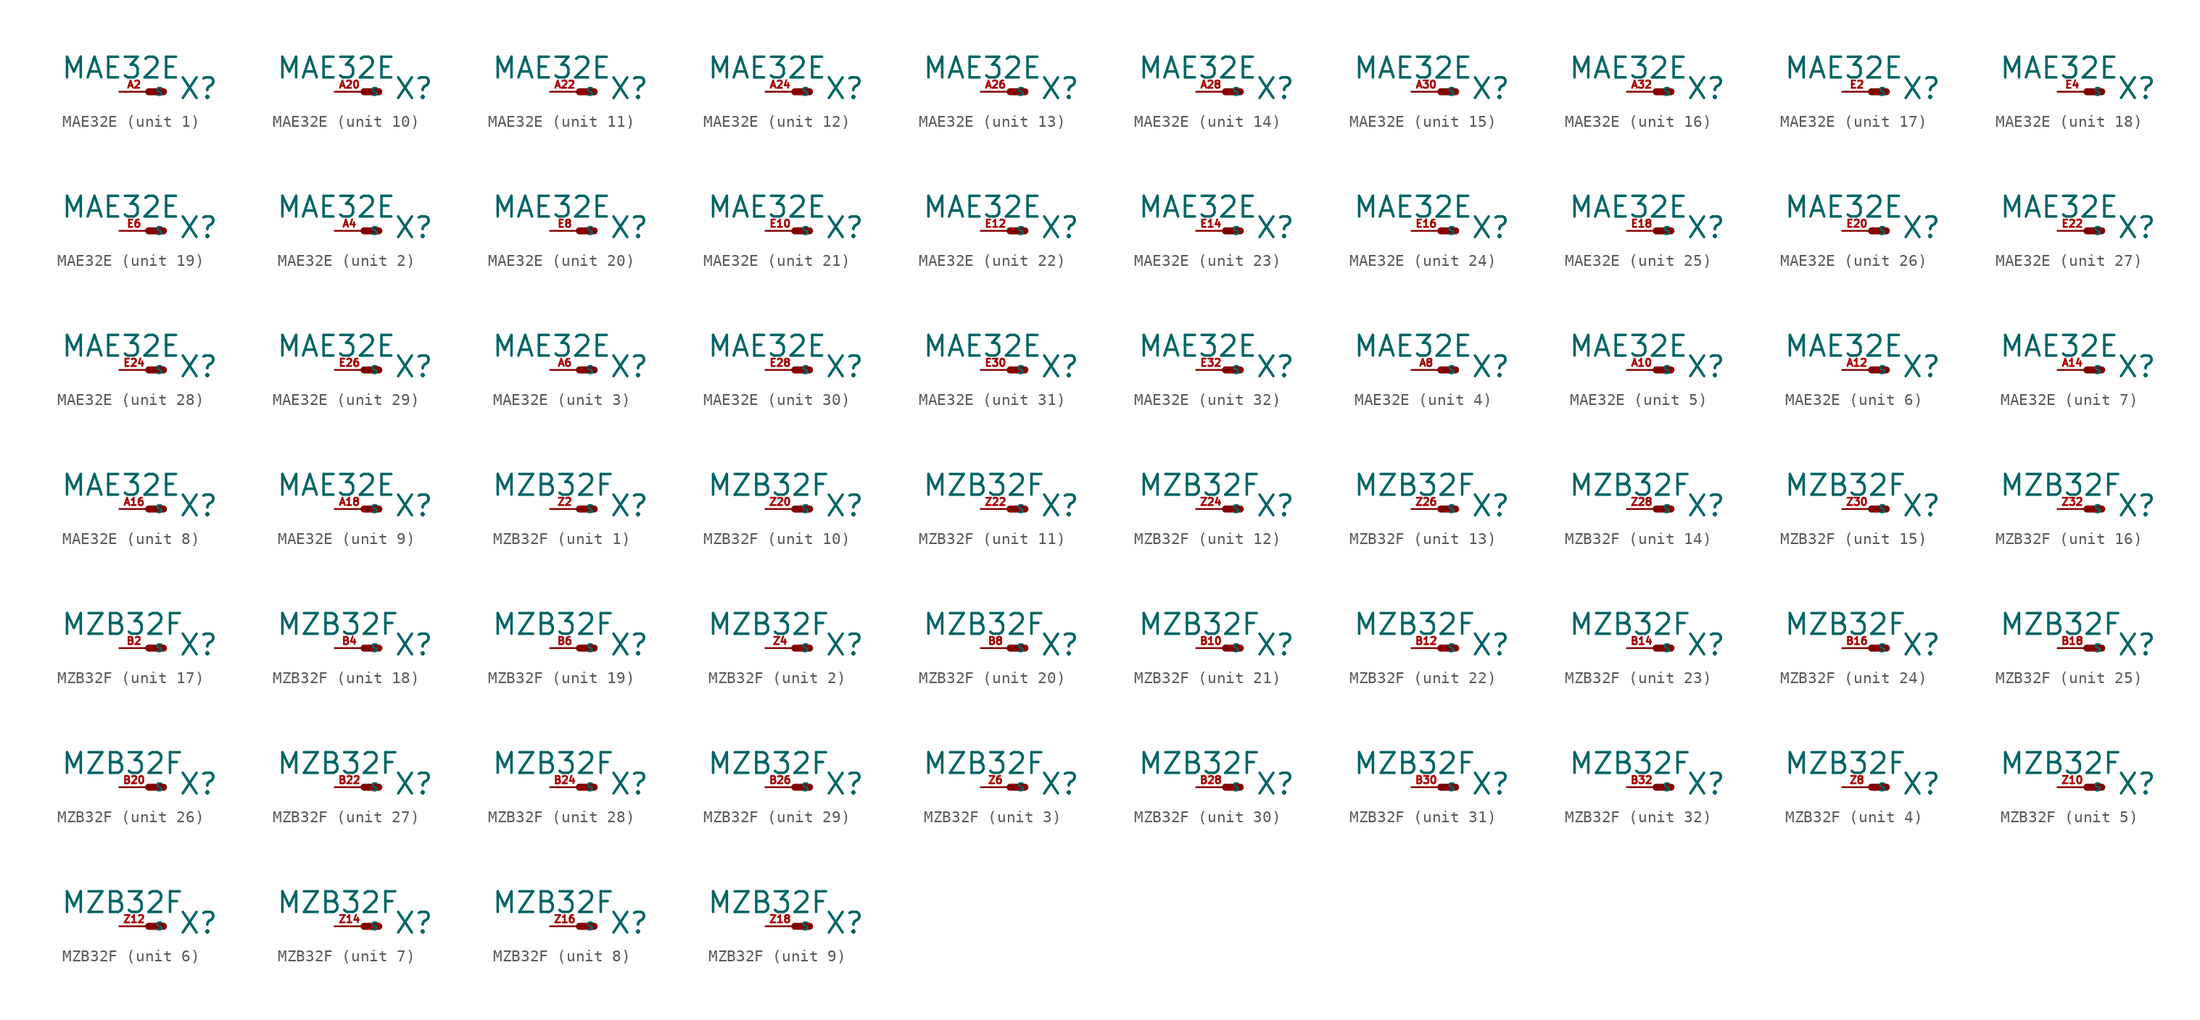
<source format=kicad_sym>
(kicad_symbol_lib
  (version 20220914)
  (generator Eagle2Kicad)
  (symbol "MAE32E"
    (property "Reference" "X"
      (at 2.54 -0.762 0)
      (effects (font (size 1.778 1.778) (thickness 0.22)) (justify left bottom)))
    (property "Value" "MAE32E"
      (at -7.62 1.016 0)
      (effects (font (size 1.778 1.778) (thickness 0.22)) (justify left bottom)))
    (symbol "MAE32E_1_0"
      (polyline (pts (xy 0 0) (xy 1.27 0)) (stroke (width 0.61) (type default)) (fill (type none)))
      (pin passive line (at -2.54 0 0) (length 2.54) (name "S" (effects (font (size 0.635 0.635) (thickness 0.08)) (justify left bottom))) (number "A2" (effects (font (size 0.635 0.635) (thickness 0.08)) (justify left bottom)))))
    (symbol "MAE32E_2_0"
      (polyline (pts (xy 0 0) (xy 1.27 0)) (stroke (width 0.61) (type default)) (fill (type none)))
      (pin passive line (at -2.54 0 0) (length 2.54) (name "S" (effects (font (size 0.635 0.635) (thickness 0.08)) (justify left bottom))) (number "A4" (effects (font (size 0.635 0.635) (thickness 0.08)) (justify left bottom)))))
    (symbol "MAE32E_3_0"
      (polyline (pts (xy 0 0) (xy 1.27 0)) (stroke (width 0.61) (type default)) (fill (type none)))
      (pin passive line (at -2.54 0 0) (length 2.54) (name "S" (effects (font (size 0.635 0.635) (thickness 0.08)) (justify left bottom))) (number "A6" (effects (font (size 0.635 0.635) (thickness 0.08)) (justify left bottom)))))
    (symbol "MAE32E_4_0"
      (polyline (pts (xy 0 0) (xy 1.27 0)) (stroke (width 0.61) (type default)) (fill (type none)))
      (pin passive line (at -2.54 0 0) (length 2.54) (name "S" (effects (font (size 0.635 0.635) (thickness 0.08)) (justify left bottom))) (number "A8" (effects (font (size 0.635 0.635) (thickness 0.08)) (justify left bottom)))))
    (symbol "MAE32E_5_0"
      (polyline (pts (xy 0 0) (xy 1.27 0)) (stroke (width 0.61) (type default)) (fill (type none)))
      (pin passive line (at -2.54 0 0) (length 2.54) (name "S" (effects (font (size 0.635 0.635) (thickness 0.08)) (justify left bottom))) (number "A10" (effects (font (size 0.635 0.635) (thickness 0.08)) (justify left bottom)))))
    (symbol "MAE32E_6_0"
      (polyline (pts (xy 0 0) (xy 1.27 0)) (stroke (width 0.61) (type default)) (fill (type none)))
      (pin passive line (at -2.54 0 0) (length 2.54) (name "S" (effects (font (size 0.635 0.635) (thickness 0.08)) (justify left bottom))) (number "A12" (effects (font (size 0.635 0.635) (thickness 0.08)) (justify left bottom)))))
    (symbol "MAE32E_7_0"
      (polyline (pts (xy 0 0) (xy 1.27 0)) (stroke (width 0.61) (type default)) (fill (type none)))
      (pin passive line (at -2.54 0 0) (length 2.54) (name "S" (effects (font (size 0.635 0.635) (thickness 0.08)) (justify left bottom))) (number "A14" (effects (font (size 0.635 0.635) (thickness 0.08)) (justify left bottom)))))
    (symbol "MAE32E_8_0"
      (polyline (pts (xy 0 0) (xy 1.27 0)) (stroke (width 0.61) (type default)) (fill (type none)))
      (pin passive line (at -2.54 0 0) (length 2.54) (name "S" (effects (font (size 0.635 0.635) (thickness 0.08)) (justify left bottom))) (number "A16" (effects (font (size 0.635 0.635) (thickness 0.08)) (justify left bottom)))))
    (symbol "MAE32E_9_0"
      (polyline (pts (xy 0 0) (xy 1.27 0)) (stroke (width 0.61) (type default)) (fill (type none)))
      (pin passive line (at -2.54 0 0) (length 2.54) (name "S" (effects (font (size 0.635 0.635) (thickness 0.08)) (justify left bottom))) (number "A18" (effects (font (size 0.635 0.635) (thickness 0.08)) (justify left bottom)))))
    (symbol "MAE32E_10_0"
      (polyline (pts (xy 0 0) (xy 1.27 0)) (stroke (width 0.61) (type default)) (fill (type none)))
      (pin passive line (at -2.54 0 0) (length 2.54) (name "S" (effects (font (size 0.635 0.635) (thickness 0.08)) (justify left bottom))) (number "A20" (effects (font (size 0.635 0.635) (thickness 0.08)) (justify left bottom)))))
    (symbol "MAE32E_11_0"
      (polyline (pts (xy 0 0) (xy 1.27 0)) (stroke (width 0.61) (type default)) (fill (type none)))
      (pin passive line (at -2.54 0 0) (length 2.54) (name "S" (effects (font (size 0.635 0.635) (thickness 0.08)) (justify left bottom))) (number "A22" (effects (font (size 0.635 0.635) (thickness 0.08)) (justify left bottom)))))
    (symbol "MAE32E_12_0"
      (polyline (pts (xy 0 0) (xy 1.27 0)) (stroke (width 0.61) (type default)) (fill (type none)))
      (pin passive line (at -2.54 0 0) (length 2.54) (name "S" (effects (font (size 0.635 0.635) (thickness 0.08)) (justify left bottom))) (number "A24" (effects (font (size 0.635 0.635) (thickness 0.08)) (justify left bottom)))))
    (symbol "MAE32E_13_0"
      (polyline (pts (xy 0 0) (xy 1.27 0)) (stroke (width 0.61) (type default)) (fill (type none)))
      (pin passive line (at -2.54 0 0) (length 2.54) (name "S" (effects (font (size 0.635 0.635) (thickness 0.08)) (justify left bottom))) (number "A26" (effects (font (size 0.635 0.635) (thickness 0.08)) (justify left bottom)))))
    (symbol "MAE32E_14_0"
      (polyline (pts (xy 0 0) (xy 1.27 0)) (stroke (width 0.61) (type default)) (fill (type none)))
      (pin passive line (at -2.54 0 0) (length 2.54) (name "S" (effects (font (size 0.635 0.635) (thickness 0.08)) (justify left bottom))) (number "A28" (effects (font (size 0.635 0.635) (thickness 0.08)) (justify left bottom)))))
    (symbol "MAE32E_15_0"
      (polyline (pts (xy 0 0) (xy 1.27 0)) (stroke (width 0.61) (type default)) (fill (type none)))
      (pin passive line (at -2.54 0 0) (length 2.54) (name "S" (effects (font (size 0.635 0.635) (thickness 0.08)) (justify left bottom))) (number "A30" (effects (font (size 0.635 0.635) (thickness 0.08)) (justify left bottom)))))
    (symbol "MAE32E_16_0"
      (polyline (pts (xy 0 0) (xy 1.27 0)) (stroke (width 0.61) (type default)) (fill (type none)))
      (pin passive line (at -2.54 0 0) (length 2.54) (name "S" (effects (font (size 0.635 0.635) (thickness 0.08)) (justify left bottom))) (number "A32" (effects (font (size 0.635 0.635) (thickness 0.08)) (justify left bottom)))))
    (symbol "MAE32E_17_0"
      (polyline (pts (xy 0 0) (xy 1.27 0)) (stroke (width 0.61) (type default)) (fill (type none)))
      (pin passive line (at -2.54 0 0) (length 2.54) (name "S" (effects (font (size 0.635 0.635) (thickness 0.08)) (justify left bottom))) (number "E2" (effects (font (size 0.635 0.635) (thickness 0.08)) (justify left bottom)))))
    (symbol "MAE32E_18_0"
      (polyline (pts (xy 0 0) (xy 1.27 0)) (stroke (width 0.61) (type default)) (fill (type none)))
      (pin passive line (at -2.54 0 0) (length 2.54) (name "S" (effects (font (size 0.635 0.635) (thickness 0.08)) (justify left bottom))) (number "E4" (effects (font (size 0.635 0.635) (thickness 0.08)) (justify left bottom)))))
    (symbol "MAE32E_19_0"
      (polyline (pts (xy 0 0) (xy 1.27 0)) (stroke (width 0.61) (type default)) (fill (type none)))
      (pin passive line (at -2.54 0 0) (length 2.54) (name "S" (effects (font (size 0.635 0.635) (thickness 0.08)) (justify left bottom))) (number "E6" (effects (font (size 0.635 0.635) (thickness 0.08)) (justify left bottom)))))
    (symbol "MAE32E_20_0"
      (polyline (pts (xy 0 0) (xy 1.27 0)) (stroke (width 0.61) (type default)) (fill (type none)))
      (pin passive line (at -2.54 0 0) (length 2.54) (name "S" (effects (font (size 0.635 0.635) (thickness 0.08)) (justify left bottom))) (number "E8" (effects (font (size 0.635 0.635) (thickness 0.08)) (justify left bottom)))))
    (symbol "MAE32E_21_0"
      (polyline (pts (xy 0 0) (xy 1.27 0)) (stroke (width 0.61) (type default)) (fill (type none)))
      (pin passive line (at -2.54 0 0) (length 2.54) (name "S" (effects (font (size 0.635 0.635) (thickness 0.08)) (justify left bottom))) (number "E10" (effects (font (size 0.635 0.635) (thickness 0.08)) (justify left bottom)))))
    (symbol "MAE32E_22_0"
      (polyline (pts (xy 0 0) (xy 1.27 0)) (stroke (width 0.61) (type default)) (fill (type none)))
      (pin passive line (at -2.54 0 0) (length 2.54) (name "S" (effects (font (size 0.635 0.635) (thickness 0.08)) (justify left bottom))) (number "E12" (effects (font (size 0.635 0.635) (thickness 0.08)) (justify left bottom)))))
    (symbol "MAE32E_23_0"
      (polyline (pts (xy 0 0) (xy 1.27 0)) (stroke (width 0.61) (type default)) (fill (type none)))
      (pin passive line (at -2.54 0 0) (length 2.54) (name "S" (effects (font (size 0.635 0.635) (thickness 0.08)) (justify left bottom))) (number "E14" (effects (font (size 0.635 0.635) (thickness 0.08)) (justify left bottom)))))
    (symbol "MAE32E_24_0"
      (polyline (pts (xy 0 0) (xy 1.27 0)) (stroke (width 0.61) (type default)) (fill (type none)))
      (pin passive line (at -2.54 0 0) (length 2.54) (name "S" (effects (font (size 0.635 0.635) (thickness 0.08)) (justify left bottom))) (number "E16" (effects (font (size 0.635 0.635) (thickness 0.08)) (justify left bottom)))))
    (symbol "MAE32E_25_0"
      (polyline (pts (xy 0 0) (xy 1.27 0)) (stroke (width 0.61) (type default)) (fill (type none)))
      (pin passive line (at -2.54 0 0) (length 2.54) (name "S" (effects (font (size 0.635 0.635) (thickness 0.08)) (justify left bottom))) (number "E18" (effects (font (size 0.635 0.635) (thickness 0.08)) (justify left bottom)))))
    (symbol "MAE32E_26_0"
      (polyline (pts (xy 0 0) (xy 1.27 0)) (stroke (width 0.61) (type default)) (fill (type none)))
      (pin passive line (at -2.54 0 0) (length 2.54) (name "S" (effects (font (size 0.635 0.635) (thickness 0.08)) (justify left bottom))) (number "E20" (effects (font (size 0.635 0.635) (thickness 0.08)) (justify left bottom)))))
    (symbol "MAE32E_27_0"
      (polyline (pts (xy 0 0) (xy 1.27 0)) (stroke (width 0.61) (type default)) (fill (type none)))
      (pin passive line (at -2.54 0 0) (length 2.54) (name "S" (effects (font (size 0.635 0.635) (thickness 0.08)) (justify left bottom))) (number "E22" (effects (font (size 0.635 0.635) (thickness 0.08)) (justify left bottom)))))
    (symbol "MAE32E_28_0"
      (polyline (pts (xy 0 0) (xy 1.27 0)) (stroke (width 0.61) (type default)) (fill (type none)))
      (pin passive line (at -2.54 0 0) (length 2.54) (name "S" (effects (font (size 0.635 0.635) (thickness 0.08)) (justify left bottom))) (number "E24" (effects (font (size 0.635 0.635) (thickness 0.08)) (justify left bottom)))))
    (symbol "MAE32E_29_0"
      (polyline (pts (xy 0 0) (xy 1.27 0)) (stroke (width 0.61) (type default)) (fill (type none)))
      (pin passive line (at -2.54 0 0) (length 2.54) (name "S" (effects (font (size 0.635 0.635) (thickness 0.08)) (justify left bottom))) (number "E26" (effects (font (size 0.635 0.635) (thickness 0.08)) (justify left bottom)))))
    (symbol "MAE32E_30_0"
      (polyline (pts (xy 0 0) (xy 1.27 0)) (stroke (width 0.61) (type default)) (fill (type none)))
      (pin passive line (at -2.54 0 0) (length 2.54) (name "S" (effects (font (size 0.635 0.635) (thickness 0.08)) (justify left bottom))) (number "E28" (effects (font (size 0.635 0.635) (thickness 0.08)) (justify left bottom)))))
    (symbol "MAE32E_31_0"
      (polyline (pts (xy 0 0) (xy 1.27 0)) (stroke (width 0.61) (type default)) (fill (type none)))
      (pin passive line (at -2.54 0 0) (length 2.54) (name "S" (effects (font (size 0.635 0.635) (thickness 0.08)) (justify left bottom))) (number "E30" (effects (font (size 0.635 0.635) (thickness 0.08)) (justify left bottom)))))
    (symbol "MAE32E_32_0"
      (polyline (pts (xy 0 0) (xy 1.27 0)) (stroke (width 0.61) (type default)) (fill (type none)))
      (pin passive line (at -2.54 0 0) (length 2.54) (name "S" (effects (font (size 0.635 0.635) (thickness 0.08)) (justify left bottom))) (number "E32" (effects (font (size 0.635 0.635) (thickness 0.08)) (justify left bottom))))))
  (symbol "MZB32F"
    (property "Reference" "X"
      (at 2.54 -0.762 0)
      (effects (font (size 1.778 1.778) (thickness 0.22)) (justify left bottom)))
    (property "Value" "MZB32F"
      (at -7.62 1.016 0)
      (effects (font (size 1.778 1.778) (thickness 0.22)) (justify left bottom)))
    (symbol "MZB32F_1_0"
      (polyline (pts (xy 0 0) (xy 1.27 0)) (stroke (width 0.61) (type default)) (fill (type none)))
      (pin passive line (at -2.54 0 0) (length 2.54) (name "S" (effects (font (size 0.635 0.635) (thickness 0.08)) (justify left bottom))) (number "Z2" (effects (font (size 0.635 0.635) (thickness 0.08)) (justify left bottom)))))
    (symbol "MZB32F_2_0"
      (polyline (pts (xy 0 0) (xy 1.27 0)) (stroke (width 0.61) (type default)) (fill (type none)))
      (pin passive line (at -2.54 0 0) (length 2.54) (name "S" (effects (font (size 0.635 0.635) (thickness 0.08)) (justify left bottom))) (number "Z4" (effects (font (size 0.635 0.635) (thickness 0.08)) (justify left bottom)))))
    (symbol "MZB32F_3_0"
      (polyline (pts (xy 0 0) (xy 1.27 0)) (stroke (width 0.61) (type default)) (fill (type none)))
      (pin passive line (at -2.54 0 0) (length 2.54) (name "S" (effects (font (size 0.635 0.635) (thickness 0.08)) (justify left bottom))) (number "Z6" (effects (font (size 0.635 0.635) (thickness 0.08)) (justify left bottom)))))
    (symbol "MZB32F_4_0"
      (polyline (pts (xy 0 0) (xy 1.27 0)) (stroke (width 0.61) (type default)) (fill (type none)))
      (pin passive line (at -2.54 0 0) (length 2.54) (name "S" (effects (font (size 0.635 0.635) (thickness 0.08)) (justify left bottom))) (number "Z8" (effects (font (size 0.635 0.635) (thickness 0.08)) (justify left bottom)))))
    (symbol "MZB32F_5_0"
      (polyline (pts (xy 0 0) (xy 1.27 0)) (stroke (width 0.61) (type default)) (fill (type none)))
      (pin passive line (at -2.54 0 0) (length 2.54) (name "S" (effects (font (size 0.635 0.635) (thickness 0.08)) (justify left bottom))) (number "Z10" (effects (font (size 0.635 0.635) (thickness 0.08)) (justify left bottom)))))
    (symbol "MZB32F_6_0"
      (polyline (pts (xy 0 0) (xy 1.27 0)) (stroke (width 0.61) (type default)) (fill (type none)))
      (pin passive line (at -2.54 0 0) (length 2.54) (name "S" (effects (font (size 0.635 0.635) (thickness 0.08)) (justify left bottom))) (number "Z12" (effects (font (size 0.635 0.635) (thickness 0.08)) (justify left bottom)))))
    (symbol "MZB32F_7_0"
      (polyline (pts (xy 0 0) (xy 1.27 0)) (stroke (width 0.61) (type default)) (fill (type none)))
      (pin passive line (at -2.54 0 0) (length 2.54) (name "S" (effects (font (size 0.635 0.635) (thickness 0.08)) (justify left bottom))) (number "Z14" (effects (font (size 0.635 0.635) (thickness 0.08)) (justify left bottom)))))
    (symbol "MZB32F_8_0"
      (polyline (pts (xy 0 0) (xy 1.27 0)) (stroke (width 0.61) (type default)) (fill (type none)))
      (pin passive line (at -2.54 0 0) (length 2.54) (name "S" (effects (font (size 0.635 0.635) (thickness 0.08)) (justify left bottom))) (number "Z16" (effects (font (size 0.635 0.635) (thickness 0.08)) (justify left bottom)))))
    (symbol "MZB32F_9_0"
      (polyline (pts (xy 0 0) (xy 1.27 0)) (stroke (width 0.61) (type default)) (fill (type none)))
      (pin passive line (at -2.54 0 0) (length 2.54) (name "S" (effects (font (size 0.635 0.635) (thickness 0.08)) (justify left bottom))) (number "Z18" (effects (font (size 0.635 0.635) (thickness 0.08)) (justify left bottom)))))
    (symbol "MZB32F_10_0"
      (polyline (pts (xy 0 0) (xy 1.27 0)) (stroke (width 0.61) (type default)) (fill (type none)))
      (pin passive line (at -2.54 0 0) (length 2.54) (name "S" (effects (font (size 0.635 0.635) (thickness 0.08)) (justify left bottom))) (number "Z20" (effects (font (size 0.635 0.635) (thickness 0.08)) (justify left bottom)))))
    (symbol "MZB32F_11_0"
      (polyline (pts (xy 0 0) (xy 1.27 0)) (stroke (width 0.61) (type default)) (fill (type none)))
      (pin passive line (at -2.54 0 0) (length 2.54) (name "S" (effects (font (size 0.635 0.635) (thickness 0.08)) (justify left bottom))) (number "Z22" (effects (font (size 0.635 0.635) (thickness 0.08)) (justify left bottom)))))
    (symbol "MZB32F_12_0"
      (polyline (pts (xy 0 0) (xy 1.27 0)) (stroke (width 0.61) (type default)) (fill (type none)))
      (pin passive line (at -2.54 0 0) (length 2.54) (name "S" (effects (font (size 0.635 0.635) (thickness 0.08)) (justify left bottom))) (number "Z24" (effects (font (size 0.635 0.635) (thickness 0.08)) (justify left bottom)))))
    (symbol "MZB32F_13_0"
      (polyline (pts (xy 0 0) (xy 1.27 0)) (stroke (width 0.61) (type default)) (fill (type none)))
      (pin passive line (at -2.54 0 0) (length 2.54) (name "S" (effects (font (size 0.635 0.635) (thickness 0.08)) (justify left bottom))) (number "Z26" (effects (font (size 0.635 0.635) (thickness 0.08)) (justify left bottom)))))
    (symbol "MZB32F_14_0"
      (polyline (pts (xy 0 0) (xy 1.27 0)) (stroke (width 0.61) (type default)) (fill (type none)))
      (pin passive line (at -2.54 0 0) (length 2.54) (name "S" (effects (font (size 0.635 0.635) (thickness 0.08)) (justify left bottom))) (number "Z28" (effects (font (size 0.635 0.635) (thickness 0.08)) (justify left bottom)))))
    (symbol "MZB32F_15_0"
      (polyline (pts (xy 0 0) (xy 1.27 0)) (stroke (width 0.61) (type default)) (fill (type none)))
      (pin passive line (at -2.54 0 0) (length 2.54) (name "S" (effects (font (size 0.635 0.635) (thickness 0.08)) (justify left bottom))) (number "Z30" (effects (font (size 0.635 0.635) (thickness 0.08)) (justify left bottom)))))
    (symbol "MZB32F_16_0"
      (polyline (pts (xy 0 0) (xy 1.27 0)) (stroke (width 0.61) (type default)) (fill (type none)))
      (pin passive line (at -2.54 0 0) (length 2.54) (name "S" (effects (font (size 0.635 0.635) (thickness 0.08)) (justify left bottom))) (number "Z32" (effects (font (size 0.635 0.635) (thickness 0.08)) (justify left bottom)))))
    (symbol "MZB32F_17_0"
      (polyline (pts (xy 0 0) (xy 1.27 0)) (stroke (width 0.61) (type default)) (fill (type none)))
      (pin passive line (at -2.54 0 0) (length 2.54) (name "S" (effects (font (size 0.635 0.635) (thickness 0.08)) (justify left bottom))) (number "B2" (effects (font (size 0.635 0.635) (thickness 0.08)) (justify left bottom)))))
    (symbol "MZB32F_18_0"
      (polyline (pts (xy 0 0) (xy 1.27 0)) (stroke (width 0.61) (type default)) (fill (type none)))
      (pin passive line (at -2.54 0 0) (length 2.54) (name "S" (effects (font (size 0.635 0.635) (thickness 0.08)) (justify left bottom))) (number "B4" (effects (font (size 0.635 0.635) (thickness 0.08)) (justify left bottom)))))
    (symbol "MZB32F_19_0"
      (polyline (pts (xy 0 0) (xy 1.27 0)) (stroke (width 0.61) (type default)) (fill (type none)))
      (pin passive line (at -2.54 0 0) (length 2.54) (name "S" (effects (font (size 0.635 0.635) (thickness 0.08)) (justify left bottom))) (number "B6" (effects (font (size 0.635 0.635) (thickness 0.08)) (justify left bottom)))))
    (symbol "MZB32F_20_0"
      (polyline (pts (xy 0 0) (xy 1.27 0)) (stroke (width 0.61) (type default)) (fill (type none)))
      (pin passive line (at -2.54 0 0) (length 2.54) (name "S" (effects (font (size 0.635 0.635) (thickness 0.08)) (justify left bottom))) (number "B8" (effects (font (size 0.635 0.635) (thickness 0.08)) (justify left bottom)))))
    (symbol "MZB32F_21_0"
      (polyline (pts (xy 0 0) (xy 1.27 0)) (stroke (width 0.61) (type default)) (fill (type none)))
      (pin passive line (at -2.54 0 0) (length 2.54) (name "S" (effects (font (size 0.635 0.635) (thickness 0.08)) (justify left bottom))) (number "B10" (effects (font (size 0.635 0.635) (thickness 0.08)) (justify left bottom)))))
    (symbol "MZB32F_22_0"
      (polyline (pts (xy 0 0) (xy 1.27 0)) (stroke (width 0.61) (type default)) (fill (type none)))
      (pin passive line (at -2.54 0 0) (length 2.54) (name "S" (effects (font (size 0.635 0.635) (thickness 0.08)) (justify left bottom))) (number "B12" (effects (font (size 0.635 0.635) (thickness 0.08)) (justify left bottom)))))
    (symbol "MZB32F_23_0"
      (polyline (pts (xy 0 0) (xy 1.27 0)) (stroke (width 0.61) (type default)) (fill (type none)))
      (pin passive line (at -2.54 0 0) (length 2.54) (name "S" (effects (font (size 0.635 0.635) (thickness 0.08)) (justify left bottom))) (number "B14" (effects (font (size 0.635 0.635) (thickness 0.08)) (justify left bottom)))))
    (symbol "MZB32F_24_0"
      (polyline (pts (xy 0 0) (xy 1.27 0)) (stroke (width 0.61) (type default)) (fill (type none)))
      (pin passive line (at -2.54 0 0) (length 2.54) (name "S" (effects (font (size 0.635 0.635) (thickness 0.08)) (justify left bottom))) (number "B16" (effects (font (size 0.635 0.635) (thickness 0.08)) (justify left bottom)))))
    (symbol "MZB32F_25_0"
      (polyline (pts (xy 0 0) (xy 1.27 0)) (stroke (width 0.61) (type default)) (fill (type none)))
      (pin passive line (at -2.54 0 0) (length 2.54) (name "S" (effects (font (size 0.635 0.635) (thickness 0.08)) (justify left bottom))) (number "B18" (effects (font (size 0.635 0.635) (thickness 0.08)) (justify left bottom)))))
    (symbol "MZB32F_26_0"
      (polyline (pts (xy 0 0) (xy 1.27 0)) (stroke (width 0.61) (type default)) (fill (type none)))
      (pin passive line (at -2.54 0 0) (length 2.54) (name "S" (effects (font (size 0.635 0.635) (thickness 0.08)) (justify left bottom))) (number "B20" (effects (font (size 0.635 0.635) (thickness 0.08)) (justify left bottom)))))
    (symbol "MZB32F_27_0"
      (polyline (pts (xy 0 0) (xy 1.27 0)) (stroke (width 0.61) (type default)) (fill (type none)))
      (pin passive line (at -2.54 0 0) (length 2.54) (name "S" (effects (font (size 0.635 0.635) (thickness 0.08)) (justify left bottom))) (number "B22" (effects (font (size 0.635 0.635) (thickness 0.08)) (justify left bottom)))))
    (symbol "MZB32F_28_0"
      (polyline (pts (xy 0 0) (xy 1.27 0)) (stroke (width 0.61) (type default)) (fill (type none)))
      (pin passive line (at -2.54 0 0) (length 2.54) (name "S" (effects (font (size 0.635 0.635) (thickness 0.08)) (justify left bottom))) (number "B24" (effects (font (size 0.635 0.635) (thickness 0.08)) (justify left bottom)))))
    (symbol "MZB32F_29_0"
      (polyline (pts (xy 0 0) (xy 1.27 0)) (stroke (width 0.61) (type default)) (fill (type none)))
      (pin passive line (at -2.54 0 0) (length 2.54) (name "S" (effects (font (size 0.635 0.635) (thickness 0.08)) (justify left bottom))) (number "B26" (effects (font (size 0.635 0.635) (thickness 0.08)) (justify left bottom)))))
    (symbol "MZB32F_30_0"
      (polyline (pts (xy 0 0) (xy 1.27 0)) (stroke (width 0.61) (type default)) (fill (type none)))
      (pin passive line (at -2.54 0 0) (length 2.54) (name "S" (effects (font (size 0.635 0.635) (thickness 0.08)) (justify left bottom))) (number "B28" (effects (font (size 0.635 0.635) (thickness 0.08)) (justify left bottom)))))
    (symbol "MZB32F_31_0"
      (polyline (pts (xy 0 0) (xy 1.27 0)) (stroke (width 0.61) (type default)) (fill (type none)))
      (pin passive line (at -2.54 0 0) (length 2.54) (name "S" (effects (font (size 0.635 0.635) (thickness 0.08)) (justify left bottom))) (number "B30" (effects (font (size 0.635 0.635) (thickness 0.08)) (justify left bottom)))))
    (symbol "MZB32F_32_0"
      (polyline (pts (xy 0 0) (xy 1.27 0)) (stroke (width 0.61) (type default)) (fill (type none)))
      (pin passive line (at -2.54 0 0) (length 2.54) (name "S" (effects (font (size 0.635 0.635) (thickness 0.08)) (justify left bottom))) (number "B32" (effects (font (size 0.635 0.635) (thickness 0.08)) (justify left bottom)))))))
</source>
